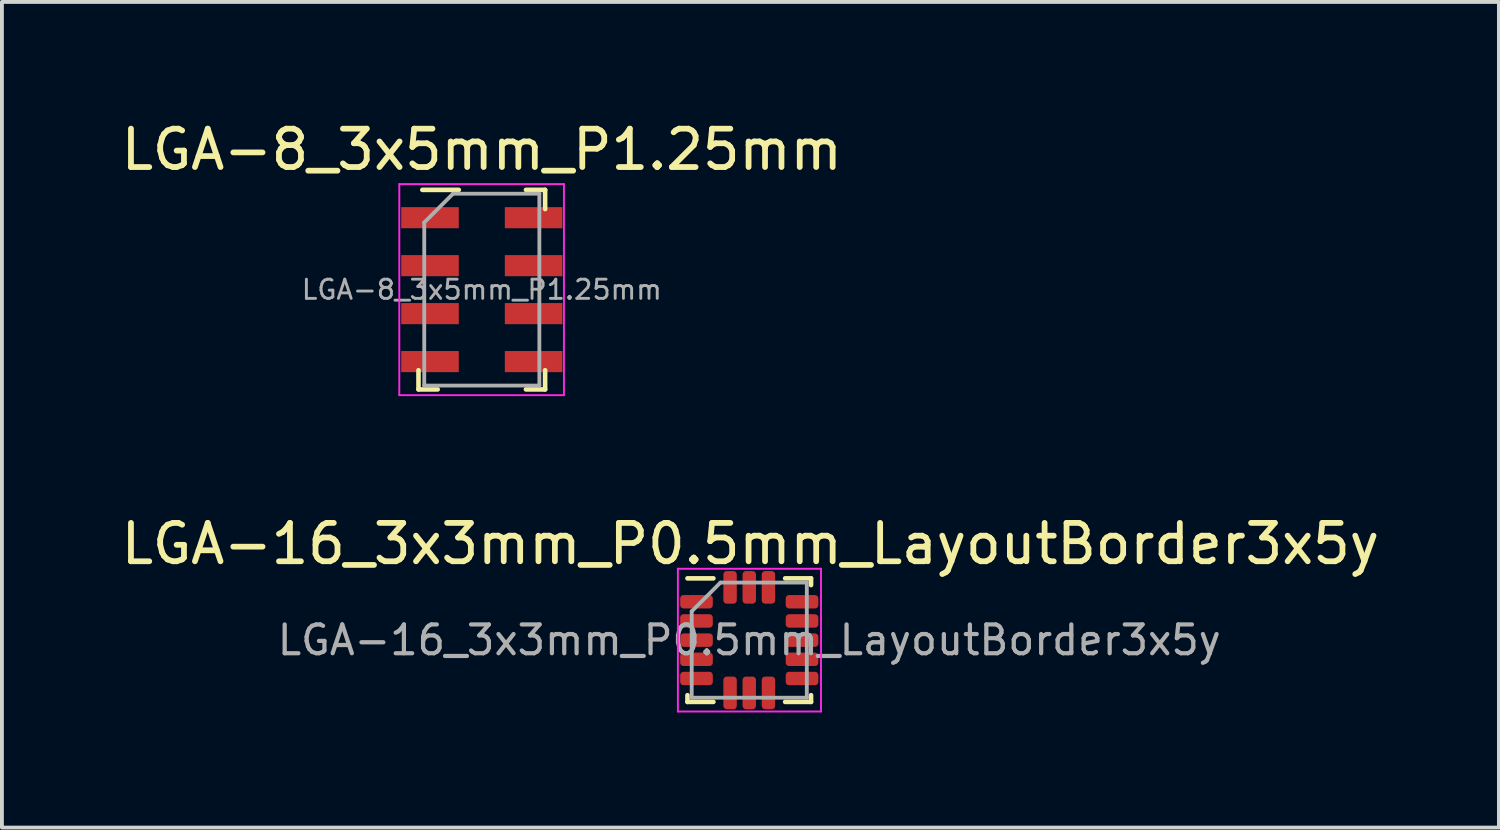
<source format=kicad_pcb>
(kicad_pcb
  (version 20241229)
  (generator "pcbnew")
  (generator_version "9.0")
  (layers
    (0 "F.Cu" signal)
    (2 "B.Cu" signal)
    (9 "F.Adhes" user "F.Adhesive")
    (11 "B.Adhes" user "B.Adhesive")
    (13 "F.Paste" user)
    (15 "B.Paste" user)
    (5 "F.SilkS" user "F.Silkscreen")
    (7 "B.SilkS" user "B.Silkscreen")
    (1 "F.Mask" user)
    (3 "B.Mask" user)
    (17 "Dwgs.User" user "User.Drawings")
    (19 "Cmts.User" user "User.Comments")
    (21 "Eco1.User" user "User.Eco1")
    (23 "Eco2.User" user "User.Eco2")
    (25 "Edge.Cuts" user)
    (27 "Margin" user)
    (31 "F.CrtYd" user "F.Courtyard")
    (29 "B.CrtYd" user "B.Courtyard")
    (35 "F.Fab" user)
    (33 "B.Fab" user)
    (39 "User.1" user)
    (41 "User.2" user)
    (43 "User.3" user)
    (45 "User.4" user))
  (footprint "LGA-8_3x5mm_P1.25mm"
    (layer "F.Cu")
    (at 9.506 4.498)
    (property "Reference" "LGA-8_3x5mm_P1.25mm" (at 0 -3.65 0) (layer "F.SilkS") (effects (font (size 1 1) (thickness 0.15))))
    (attr smd)
    (fp_line (start -1.65 2.6) (end -1.65 2.1) (stroke (width 0.12) (type solid)) (layer "F.SilkS"))
    (fp_line (start -1.55 -2.6) (end -0.6 -2.6) (stroke (width 0.12) (type solid)) (layer "F.SilkS"))
    (fp_line (start -1.15 2.6) (end -1.65 2.6) (stroke (width 0.12) (type solid)) (layer "F.SilkS"))
    (fp_line (start 1.15 -2.6) (end 1.65 -2.6) (stroke (width 0.12) (type solid)) (layer "F.SilkS"))
    (fp_line (start 1.65 -2.6) (end 1.65 -2.1) (stroke (width 0.12) (type solid)) (layer "F.SilkS"))
    (fp_line (start 1.65 2.1) (end 1.65 2.6) (stroke (width 0.12) (type solid)) (layer "F.SilkS"))
    (fp_line (start 1.65 2.6) (end 1.15 2.6) (stroke (width 0.12) (type solid)) (layer "F.SilkS"))
    (fp_line (start -2.15 -2.75) (end -2.15 2.75) (stroke (width 0.05) (type solid)) (layer "F.CrtYd"))
    (fp_line (start -2.15 -2.75) (end 2.14 -2.75) (stroke (width 0.05) (type solid)) (layer "F.CrtYd"))
    (fp_line (start 2.14 2.75) (end -2.15 2.75) (stroke (width 0.05) (type solid)) (layer "F.CrtYd"))
    (fp_line (start 2.14 2.75) (end 2.14 -2.75) (stroke (width 0.05) (type solid)) (layer "F.CrtYd"))
    (fp_line (start -1.5 -1.75) (end -0.75 -2.5) (stroke (width 0.1) (type solid)) (layer "F.Fab"))
    (fp_line (start -1.5 2.5) (end -1.5 -1.75) (stroke (width 0.1) (type solid)) (layer "F.Fab"))
    (fp_line (start -0.75 -2.5) (end 1.5 -2.5) (stroke (width 0.1) (type solid)) (layer "F.Fab"))
    (fp_line (start 1.5 -2.5) (end 1.5 2.5) (stroke (width 0.1) (type solid)) (layer "F.Fab"))
    (fp_line (start 1.5 2.5) (end -1.5 2.5) (stroke (width 0.1) (type solid)) (layer "F.Fab"))
    (fp_text user "${REFERENCE}" (at 0 0 0) (layer "F.Fab") (effects (font (size 0.5 0.5) (thickness 0.075))))
    (pad "1" smd rect (at -1.35 -1.875) (size 1.5 0.55) (layers "F.Cu" "F.Mask" "F.Paste"))
    (pad "2" smd rect (at -1.35 -0.625) (size 1.5 0.55) (layers "F.Cu" "F.Mask" "F.Paste"))
    (pad "3" smd rect (at -1.35 0.625) (size 1.5 0.55) (layers "F.Cu" "F.Mask" "F.Paste"))
    (pad "4" smd rect (at -1.35 1.875) (size 1.5 0.55) (layers "F.Cu" "F.Mask" "F.Paste"))
    (pad "5" smd rect (at 1.35 1.875) (size 1.5 0.55) (layers "F.Cu" "F.Mask" "F.Paste"))
    (pad "6" smd rect (at 1.35 0.625) (size 1.5 0.55) (layers "F.Cu" "F.Mask" "F.Paste"))
    (pad "7" smd rect (at 1.35 -0.625) (size 1.5 0.55) (layers "F.Cu" "F.Mask" "F.Paste"))
    (pad "8" smd rect (at 1.35 -1.875) (size 1.5 0.55) (layers "F.Cu" "F.Mask" "F.Paste")))
  (footprint "LGA-16_3x3mm_P0.5mm_LayoutBorder3x5y"
    (layer "F.Cu")
    (at 16.476 13.632)
    (property "Reference" "LGA-16_3x3mm_P0.5mm_LayoutBorder3x5y" (at 0.03 -2.51 0) (layer "F.SilkS") (effects (font (size 1 1) (thickness 0.15))))
    (attr smd)
    (fp_line (start -1.61 1.61) (end -1.61 1.435) (stroke (width 0.12) (type solid)) (layer "F.SilkS"))
    (fp_line (start -0.935 -1.61) (end -1.61 -1.61) (stroke (width 0.12) (type solid)) (layer "F.SilkS"))
    (fp_line (start -0.935 1.61) (end -1.61 1.61) (stroke (width 0.12) (type solid)) (layer "F.SilkS"))
    (fp_line (start 0.935 -1.61) (end 1.61 -1.61) (stroke (width 0.12) (type solid)) (layer "F.SilkS"))
    (fp_line (start 0.935 1.61) (end 1.61 1.61) (stroke (width 0.12) (type solid)) (layer "F.SilkS"))
    (fp_line (start 1.61 -1.61) (end 1.61 -1.435) (stroke (width 0.12) (type solid)) (layer "F.SilkS"))
    (fp_line (start 1.61 1.61) (end 1.61 1.435) (stroke (width 0.12) (type solid)) (layer "F.SilkS"))
    (fp_line (start -1.86 -1.86) (end -1.86 1.86) (stroke (width 0.05) (type solid)) (layer "F.CrtYd"))
    (fp_line (start -1.86 1.86) (end 1.87 1.86) (stroke (width 0.05) (type solid)) (layer "F.CrtYd"))
    (fp_line (start 1.87 -1.86) (end -1.86 -1.86) (stroke (width 0.05) (type solid)) (layer "F.CrtYd"))
    (fp_line (start 1.87 1.86) (end 1.87 -1.86) (stroke (width 0.05) (type solid)) (layer "F.CrtYd"))
    (fp_line (start -1.5 -0.75) (end -0.75 -1.5) (stroke (width 0.1) (type solid)) (layer "F.Fab"))
    (fp_line (start -1.5 1.5) (end -1.5 -0.75) (stroke (width 0.1) (type solid)) (layer "F.Fab"))
    (fp_line (start -0.75 -1.5) (end 1.5 -1.5) (stroke (width 0.1) (type solid)) (layer "F.Fab"))
    (fp_line (start 1.5 -1.5) (end 1.5 1.5) (stroke (width 0.1) (type solid)) (layer "F.Fab"))
    (fp_line (start 1.5 1.5) (end -1.5 1.5) (stroke (width 0.1) (type solid)) (layer "F.Fab"))
    (fp_text user "${REFERENCE}" (at 0 0 0) (layer "F.Fab") (effects (font (size 0.75 0.75) (thickness 0.11))))
    (pad "1" smd roundrect (at -1.375 -1) (size 0.85 0.35) (layers "F.Cu" "F.Mask" "F.Paste") (roundrect_rratio 0.25))
    (pad "2" smd roundrect (at -1.375 -0.5) (size 0.85 0.35) (layers "F.Cu" "F.Mask" "F.Paste") (roundrect_rratio 0.25))
    (pad "3" smd roundrect (at -1.375 0) (size 0.85 0.35) (layers "F.Cu" "F.Mask" "F.Paste") (roundrect_rratio 0.25))
    (pad "4" smd roundrect (at -1.375 0.5) (size 0.85 0.35) (layers "F.Cu" "F.Mask" "F.Paste") (roundrect_rratio 0.25))
    (pad "5" smd roundrect (at -1.375 1) (size 0.85 0.35) (layers "F.Cu" "F.Mask" "F.Paste") (roundrect_rratio 0.25))
    (pad "6" smd roundrect (at -0.5 1.375) (size 0.35 0.85) (layers "F.Cu" "F.Mask" "F.Paste") (roundrect_rratio 0.25))
    (pad "7" smd roundrect (at 0 1.375) (size 0.35 0.85) (layers "F.Cu" "F.Mask" "F.Paste") (roundrect_rratio 0.25))
    (pad "8" smd roundrect (at 0.5 1.375) (size 0.35 0.85) (layers "F.Cu" "F.Mask" "F.Paste") (roundrect_rratio 0.25))
    (pad "9" smd roundrect (at 1.375 1) (size 0.85 0.35) (layers "F.Cu" "F.Mask" "F.Paste") (roundrect_rratio 0.25))
    (pad "10" smd roundrect (at 1.375 0.5) (size 0.85 0.35) (layers "F.Cu" "F.Mask" "F.Paste") (roundrect_rratio 0.25))
    (pad "11" smd roundrect (at 1.375 0) (size 0.85 0.35) (layers "F.Cu" "F.Mask" "F.Paste") (roundrect_rratio 0.25))
    (pad "12" smd roundrect (at 1.375 -0.5) (size 0.85 0.35) (layers "F.Cu" "F.Mask" "F.Paste") (roundrect_rratio 0.25))
    (pad "13" smd roundrect (at 1.375 -1) (size 0.85 0.35) (layers "F.Cu" "F.Mask" "F.Paste") (roundrect_rratio 0.25))
    (pad "14" smd roundrect (at 0.5 -1.375) (size 0.35 0.85) (layers "F.Cu" "F.Mask" "F.Paste") (roundrect_rratio 0.25))
    (pad "15" smd roundrect (at 0 -1.375) (size 0.35 0.85) (layers "F.Cu" "F.Mask" "F.Paste") (roundrect_rratio 0.25))
    (pad "16" smd roundrect (at -0.5 -1.375) (size 0.35 0.85) (layers "F.Cu" "F.Mask" "F.Paste") (roundrect_rratio 0.25)))
  (gr_rect
    (start -3 -3)
    (end 36.012 18.517)
    (stroke (width 0.1) (type default))
    (fill no)
    (layer "Edge.Cuts")))
</source>
